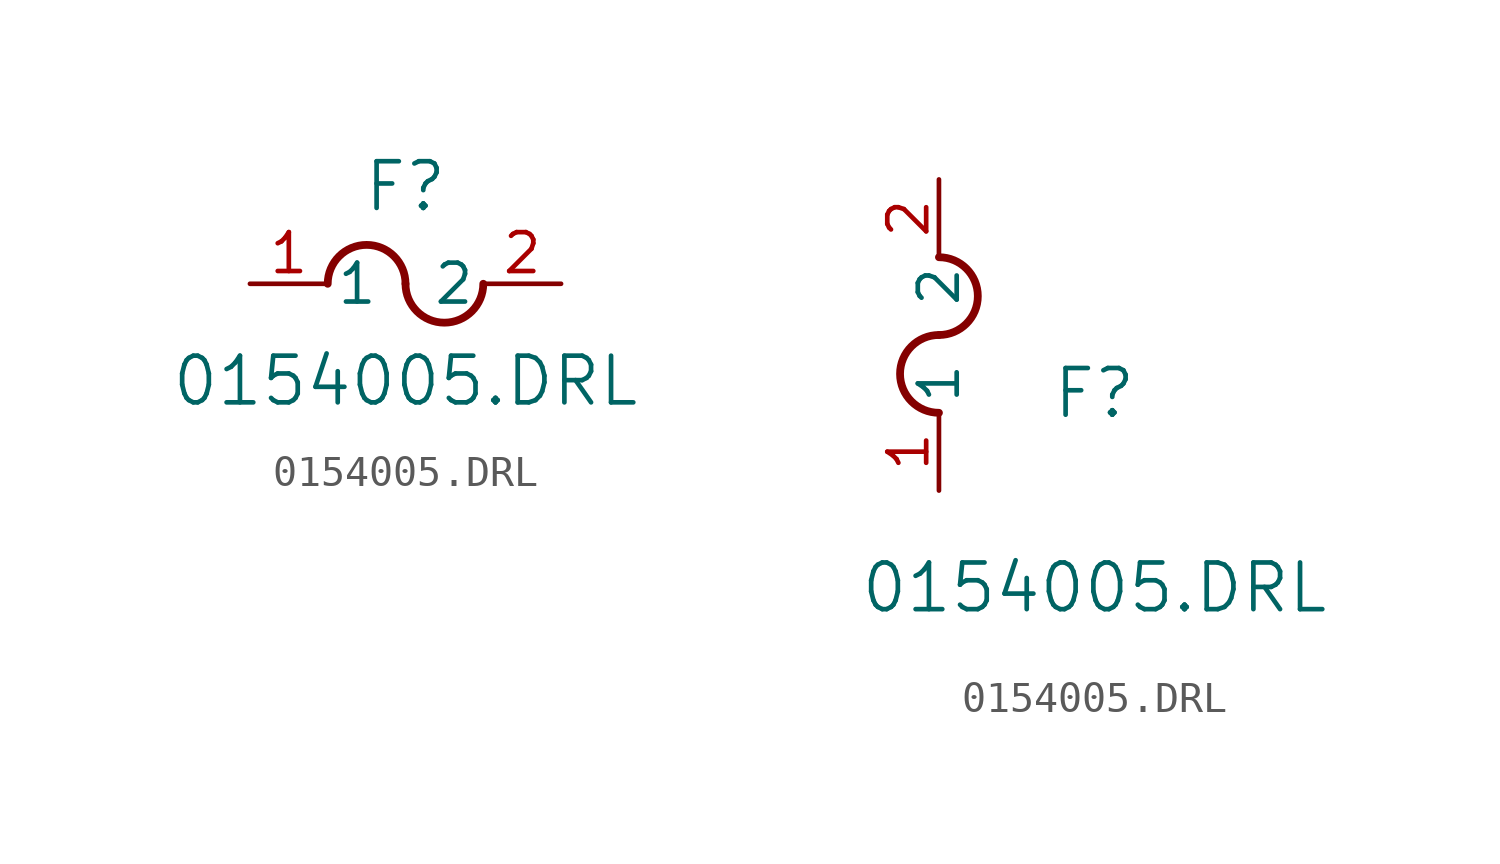
<source format=kicad_sym>
(kicad_symbol_lib
  (version 20211014)
  (generator kicad_symbol_editor)
  (symbol "0154005.DRL"
    (pin_names
      (offset 0.254))
    (property "Reference" "F"
      (at 5.08 3.175 0)
      (effects (font (size 1.524 1.524))))
    (property "Value" "0154005.DRL"
      (at 5.08 -3.175 0)
      (effects (font (size 1.524 1.524))))
    (symbol "0154005.DRL_1_1"
      (arc (start 5.08 0) (mid 3.81 1.27) (end 2.54 0) (stroke (width 0.254) (type default) (color 0 0 0 0)) (fill (type none)))
      (arc (start 5.08 0) (mid 6.35 -1.27) (end 7.62 0) (stroke (width 0.254) (type default) (color 0 0 0 0)) (fill (type none)))
      (pin unspecified line (at 0 0 0) (length 2.54) (name "1" (effects (font (size 1.27 1.27)))) (number "1" (effects (font (size 1.27 1.27)))))
      (pin unspecified line (at 10.16 0 180) (length 2.54) (name "2" (effects (font (size 1.27 1.27)))) (number "2" (effects (font (size 1.27 1.27))))))
    (symbol "0154005.DRL_1_2"
      (arc (start 0 5.08) (mid -1.27 3.81) (end 0 2.54) (stroke (width 0.254) (type default) (color 0 0 0 0)) (fill (type none)))
      (arc (start 0 5.08) (mid 1.27 6.35) (end 0 7.62) (stroke (width 0.254) (type default) (color 0 0 0 0)) (fill (type none)))
      (pin unspecified line (at 0 0 90) (length 2.54) (name "1" (effects (font (size 1.27 1.27)))) (number "1" (effects (font (size 1.27 1.27)))))
      (pin unspecified line (at 0 10.16 270) (length 2.54) (name "2" (effects (font (size 1.27 1.27)))) (number "2" (effects (font (size 1.27 1.27))))))))
</source>
